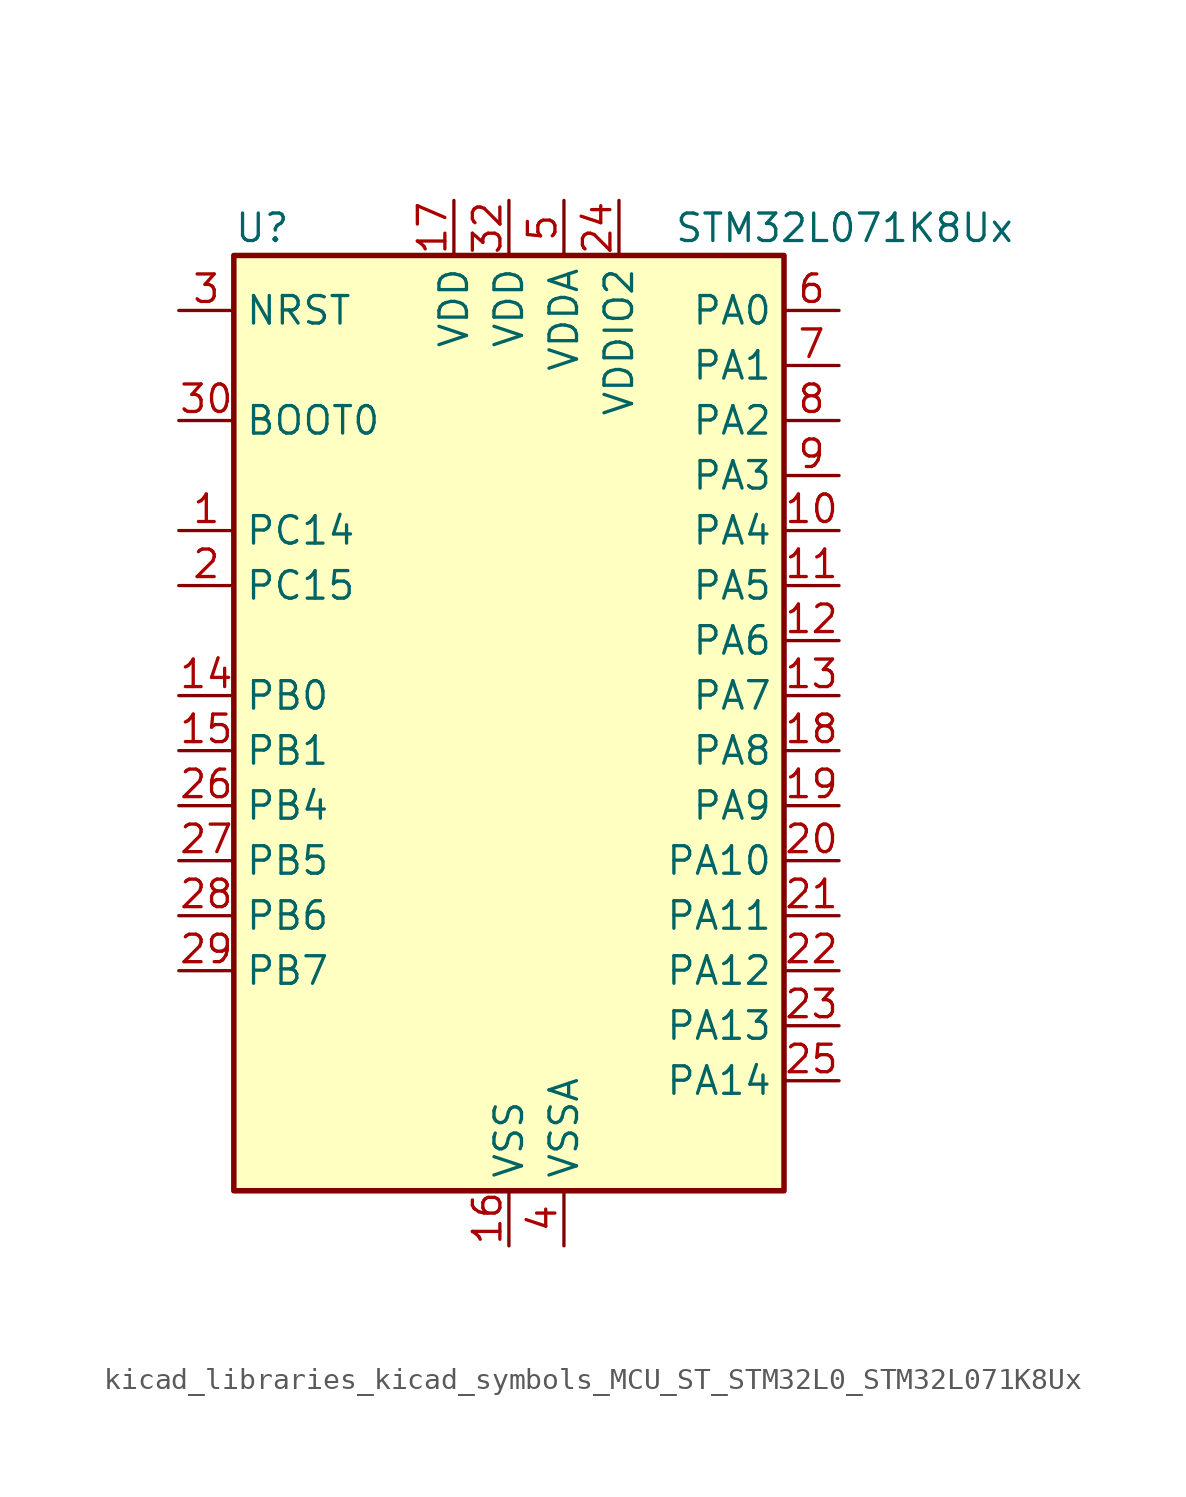
<source format=kicad_sym>
(kicad_symbol_lib
  (version 20220914)
  (generator kicad_symbol_editor)
  (symbol "kicad_libraries_kicad_symbols_MCU_ST_STM32L0_STM32L071K8Ux"
    (property "Reference" "U"
      (at -12.7 24.13 0)
      (effects (font (size 1.27 1.27)) (justify left)))
    (property "Value" "STM32L071K8Ux"
      (at 7.62 24.13 0)
      (effects (font (size 1.27 1.27)) (justify left)))
    (property "ki_locked" ""
      (at 0 0 0)
      (effects (font (size 1.27 1.27))))
    (symbol "kicad_libraries_kicad_symbols_MCU_ST_STM32L0_STM32L071K8Ux_0_1"
      (rectangle (start -12.7 -20.32) (end 12.7 22.86) (stroke (width 0.254) (type default)) (fill (type background))))
    (symbol "kicad_libraries_kicad_symbols_MCU_ST_STM32L0_STM32L071K8Ux_1_1"
      (pin bidirectional line (at -15.24 10.16 0) (length 2.54) (name "PC14" (effects (font (size 1.27 1.27)))) (number "1" (effects (font (size 1.27 1.27)))) (alternate "RCC_OSC32_IN" bidirectional line))
      (pin bidirectional line (at 15.24 10.16 180) (length 2.54) (name "PA4" (effects (font (size 1.27 1.27)))) (number "10" (effects (font (size 1.27 1.27)))) (alternate "ADC_IN4" bidirectional line) (alternate "COMP1_INM" bidirectional line) (alternate "COMP2_INM" bidirectional line) (alternate "SPI1_NSS" bidirectional line) (alternate "TIM22_ETR" bidirectional line) (alternate "USART2_CK" bidirectional line))
      (pin bidirectional line (at 15.24 7.62 180) (length 2.54) (name "PA5" (effects (font (size 1.27 1.27)))) (number "11" (effects (font (size 1.27 1.27)))) (alternate "ADC_IN5" bidirectional line) (alternate "COMP1_INM" bidirectional line) (alternate "COMP2_INM" bidirectional line) (alternate "SPI1_SCK" bidirectional line) (alternate "TIM2_CH1" bidirectional line) (alternate "TIM2_ETR" bidirectional line))
      (pin bidirectional line (at 15.24 5.08 180) (length 2.54) (name "PA6" (effects (font (size 1.27 1.27)))) (number "12" (effects (font (size 1.27 1.27)))) (alternate "ADC_IN6" bidirectional line) (alternate "COMP1_OUT" bidirectional line) (alternate "LPUART1_CTS" bidirectional line) (alternate "SPI1_MISO" bidirectional line) (alternate "TIM22_CH1" bidirectional line) (alternate "TIM3_CH1" bidirectional line))
      (pin bidirectional line (at 15.24 2.54 180) (length 2.54) (name "PA7" (effects (font (size 1.27 1.27)))) (number "13" (effects (font (size 1.27 1.27)))) (alternate "ADC_IN7" bidirectional line) (alternate "COMP2_OUT" bidirectional line) (alternate "SPI1_MOSI" bidirectional line) (alternate "TIM22_CH2" bidirectional line) (alternate "TIM3_CH2" bidirectional line))
      (pin bidirectional line (at -15.24 2.54 0) (length 2.54) (name "PB0" (effects (font (size 1.27 1.27)))) (number "14" (effects (font (size 1.27 1.27)))) (alternate "ADC_IN8" bidirectional line) (alternate "SYS_VREF_OUT_PB0" bidirectional line) (alternate "TIM3_CH3" bidirectional line))
      (pin bidirectional line (at -15.24 0 0) (length 2.54) (name "PB1" (effects (font (size 1.27 1.27)))) (number "15" (effects (font (size 1.27 1.27)))) (alternate "ADC_IN9" bidirectional line) (alternate "LPUART1_DE" bidirectional line) (alternate "LPUART1_RTS" bidirectional line) (alternate "SYS_VREF_OUT_PB1" bidirectional line) (alternate "TIM3_CH4" bidirectional line))
      (pin power_in line (at 0 -22.86 90) (length 2.54) (name "VSS" (effects (font (size 1.27 1.27)))) (number "16" (effects (font (size 1.27 1.27)))))
      (pin power_in line (at -2.54 25.4 270) (length 2.54) (name "VDD" (effects (font (size 1.27 1.27)))) (number "17" (effects (font (size 1.27 1.27)))))
      (pin bidirectional line (at 15.24 0 180) (length 2.54) (name "PA8" (effects (font (size 1.27 1.27)))) (number "18" (effects (font (size 1.27 1.27)))) (alternate "I2C3_SCL" bidirectional line) (alternate "RCC_MCO" bidirectional line) (alternate "USART1_CK" bidirectional line))
      (pin bidirectional line (at 15.24 -2.54 180) (length 2.54) (name "PA9" (effects (font (size 1.27 1.27)))) (number "19" (effects (font (size 1.27 1.27)))) (alternate "I2C1_SCL" bidirectional line) (alternate "I2C3_SMBA" bidirectional line) (alternate "RCC_MCO" bidirectional line) (alternate "USART1_TX" bidirectional line))
      (pin bidirectional line (at -15.24 7.62 0) (length 2.54) (name "PC15" (effects (font (size 1.27 1.27)))) (number "2" (effects (font (size 1.27 1.27)))) (alternate "RCC_OSC32_OUT" bidirectional line))
      (pin bidirectional line (at 15.24 -5.08 180) (length 2.54) (name "PA10" (effects (font (size 1.27 1.27)))) (number "20" (effects (font (size 1.27 1.27)))) (alternate "I2C1_SDA" bidirectional line) (alternate "USART1_RX" bidirectional line))
      (pin bidirectional line (at 15.24 -7.62 180) (length 2.54) (name "PA11" (effects (font (size 1.27 1.27)))) (number "21" (effects (font (size 1.27 1.27)))) (alternate "ADC_EXTI11" bidirectional line) (alternate "COMP1_OUT" bidirectional line) (alternate "SPI1_MISO" bidirectional line) (alternate "USART1_CTS" bidirectional line))
      (pin bidirectional line (at 15.24 -10.16 180) (length 2.54) (name "PA12" (effects (font (size 1.27 1.27)))) (number "22" (effects (font (size 1.27 1.27)))) (alternate "COMP2_OUT" bidirectional line) (alternate "SPI1_MOSI" bidirectional line) (alternate "USART1_DE" bidirectional line) (alternate "USART1_RTS" bidirectional line))
      (pin bidirectional line (at 15.24 -12.7 180) (length 2.54) (name "PA13" (effects (font (size 1.27 1.27)))) (number "23" (effects (font (size 1.27 1.27)))) (alternate "LPUART1_RX" bidirectional line) (alternate "SYS_SWDIO" bidirectional line))
      (pin power_in line (at 5.08 25.4 270) (length 2.54) (name "VDDIO2" (effects (font (size 1.27 1.27)))) (number "24" (effects (font (size 1.27 1.27)))))
      (pin bidirectional line (at 15.24 -15.24 180) (length 2.54) (name "PA14" (effects (font (size 1.27 1.27)))) (number "25" (effects (font (size 1.27 1.27)))) (alternate "LPUART1_TX" bidirectional line) (alternate "SYS_SWCLK" bidirectional line) (alternate "USART2_TX" bidirectional line))
      (pin bidirectional line (at -15.24 -2.54 0) (length 2.54) (name "PB4" (effects (font (size 1.27 1.27)))) (number "26" (effects (font (size 1.27 1.27)))) (alternate "COMP2_INP" bidirectional line) (alternate "I2C3_SDA" bidirectional line) (alternate "SPI1_MISO" bidirectional line) (alternate "TIM22_CH1" bidirectional line) (alternate "TIM3_CH1" bidirectional line) (alternate "USART1_CTS" bidirectional line))
      (pin bidirectional line (at -15.24 -5.08 0) (length 2.54) (name "PB5" (effects (font (size 1.27 1.27)))) (number "27" (effects (font (size 1.27 1.27)))) (alternate "COMP2_INP" bidirectional line) (alternate "I2C1_SMBA" bidirectional line) (alternate "LPTIM1_IN1" bidirectional line) (alternate "SPI1_MOSI" bidirectional line) (alternate "TIM22_CH2" bidirectional line) (alternate "TIM3_CH2" bidirectional line) (alternate "USART1_CK" bidirectional line))
      (pin bidirectional line (at -15.24 -7.62 0) (length 2.54) (name "PB6" (effects (font (size 1.27 1.27)))) (number "28" (effects (font (size 1.27 1.27)))) (alternate "COMP2_INP" bidirectional line) (alternate "I2C1_SCL" bidirectional line) (alternate "LPTIM1_ETR" bidirectional line) (alternate "USART1_TX" bidirectional line))
      (pin bidirectional line (at -15.24 -10.16 0) (length 2.54) (name "PB7" (effects (font (size 1.27 1.27)))) (number "29" (effects (font (size 1.27 1.27)))) (alternate "COMP2_INP" bidirectional line) (alternate "I2C1_SDA" bidirectional line) (alternate "LPTIM1_IN2" bidirectional line) (alternate "SYS_PVD_IN" bidirectional line) (alternate "USART1_RX" bidirectional line) (alternate "USART4_CTS" bidirectional line))
      (pin input line (at -15.24 20.32 0) (length 2.54) (name "NRST" (effects (font (size 1.27 1.27)))) (number "3" (effects (font (size 1.27 1.27)))))
      (pin input line (at -15.24 15.24 0) (length 2.54) (name "BOOT0" (effects (font (size 1.27 1.27)))) (number "30" (effects (font (size 1.27 1.27)))))
      (pin passive line (at 0 -22.86 90) (length 2.54) hide (name "VSS" (effects (font (size 1.27 1.27)))) (number "31" (effects (font (size 1.27 1.27)))))
      (pin power_in line (at 0 25.4 270) (length 2.54) (name "VDD" (effects (font (size 1.27 1.27)))) (number "32" (effects (font (size 1.27 1.27)))))
      (pin passive line (at 0 -22.86 90) (length 2.54) hide (name "VSS" (effects (font (size 1.27 1.27)))) (number "33" (effects (font (size 1.27 1.27)))))
      (pin power_in line (at 2.54 -22.86 90) (length 2.54) (name "VSSA" (effects (font (size 1.27 1.27)))) (number "4" (effects (font (size 1.27 1.27)))))
      (pin power_in line (at 2.54 25.4 270) (length 2.54) (name "VDDA" (effects (font (size 1.27 1.27)))) (number "5" (effects (font (size 1.27 1.27)))))
      (pin bidirectional line (at 15.24 20.32 180) (length 2.54) (name "PA0" (effects (font (size 1.27 1.27)))) (number "6" (effects (font (size 1.27 1.27)))) (alternate "ADC_IN0" bidirectional line) (alternate "COMP1_INM" bidirectional line) (alternate "COMP1_OUT" bidirectional line) (alternate "RTC_TAMP2" bidirectional line) (alternate "SYS_WKUP1" bidirectional line) (alternate "TIM2_CH1" bidirectional line) (alternate "TIM2_ETR" bidirectional line) (alternate "USART2_CTS" bidirectional line) (alternate "USART4_TX" bidirectional line))
      (pin bidirectional line (at 15.24 17.78 180) (length 2.54) (name "PA1" (effects (font (size 1.27 1.27)))) (number "7" (effects (font (size 1.27 1.27)))) (alternate "ADC_IN1" bidirectional line) (alternate "COMP1_INP" bidirectional line) (alternate "TIM21_ETR" bidirectional line) (alternate "TIM2_CH2" bidirectional line) (alternate "USART2_DE" bidirectional line) (alternate "USART2_RTS" bidirectional line) (alternate "USART4_RX" bidirectional line))
      (pin bidirectional line (at 15.24 15.24 180) (length 2.54) (name "PA2" (effects (font (size 1.27 1.27)))) (number "8" (effects (font (size 1.27 1.27)))) (alternate "ADC_IN2" bidirectional line) (alternate "COMP2_INM" bidirectional line) (alternate "COMP2_OUT" bidirectional line) (alternate "LPUART1_TX" bidirectional line) (alternate "TIM21_CH1" bidirectional line) (alternate "TIM2_CH3" bidirectional line) (alternate "USART2_TX" bidirectional line))
      (pin bidirectional line (at 15.24 12.7 180) (length 2.54) (name "PA3" (effects (font (size 1.27 1.27)))) (number "9" (effects (font (size 1.27 1.27)))) (alternate "ADC_IN3" bidirectional line) (alternate "COMP2_INP" bidirectional line) (alternate "LPUART1_RX" bidirectional line) (alternate "TIM21_CH2" bidirectional line) (alternate "TIM2_CH4" bidirectional line) (alternate "USART2_RX" bidirectional line)))))
</source>
